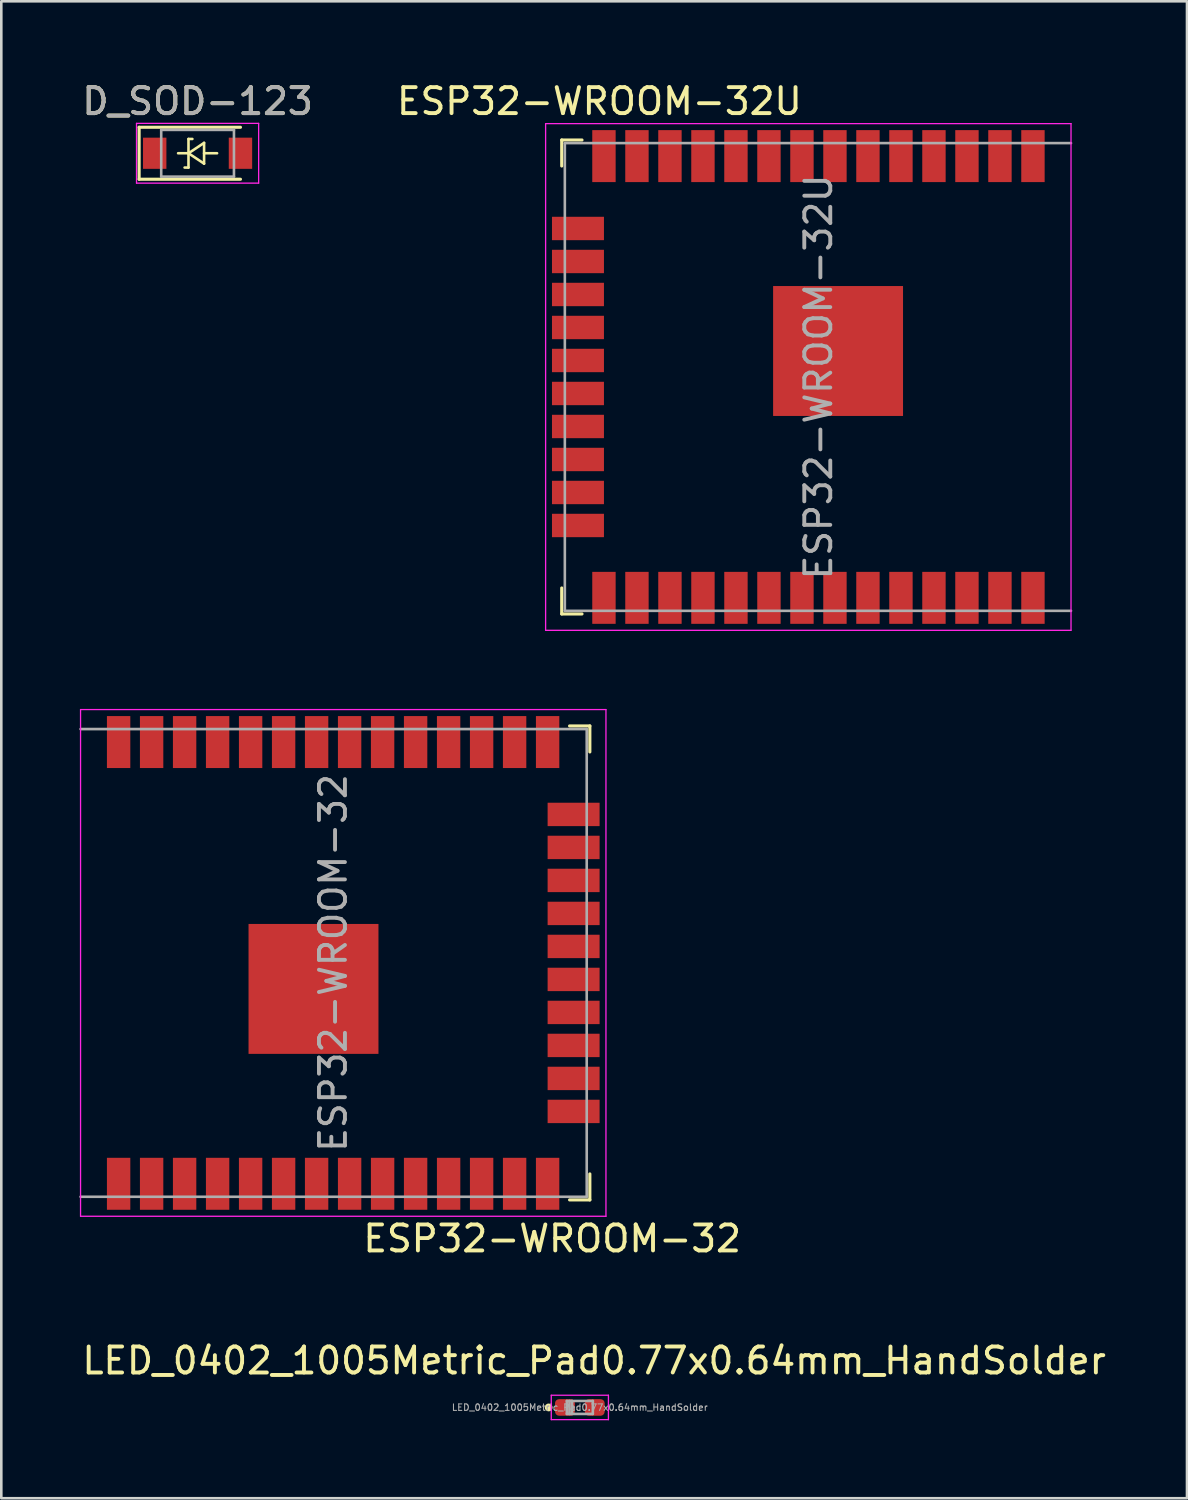
<source format=kicad_pcb>
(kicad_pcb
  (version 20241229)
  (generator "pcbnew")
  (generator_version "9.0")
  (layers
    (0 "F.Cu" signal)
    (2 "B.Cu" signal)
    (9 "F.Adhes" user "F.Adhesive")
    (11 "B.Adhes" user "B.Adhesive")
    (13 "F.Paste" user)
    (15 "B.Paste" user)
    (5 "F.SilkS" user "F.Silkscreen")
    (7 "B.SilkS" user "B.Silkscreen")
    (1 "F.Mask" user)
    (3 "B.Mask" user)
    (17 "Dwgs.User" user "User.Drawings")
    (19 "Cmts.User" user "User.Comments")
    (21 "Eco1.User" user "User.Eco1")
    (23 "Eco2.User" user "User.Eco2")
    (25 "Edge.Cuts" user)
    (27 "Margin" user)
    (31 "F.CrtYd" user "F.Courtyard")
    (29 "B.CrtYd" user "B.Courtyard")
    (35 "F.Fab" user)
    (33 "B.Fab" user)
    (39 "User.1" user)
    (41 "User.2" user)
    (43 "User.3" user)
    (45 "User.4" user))
  (footprint "ESP32-WROOM-32U"
    (layer "F.Cu")
    (at 27.647 11.458)
    (property "Reference" "ESP32-WROOM-32U" (at -7.629 -10.61 0) (layer "F.SilkS") (effects (font (size 1 1) (thickness 0.15))))
    (attr smd)
    (fp_line (start -9.079 -9.12) (end -9.079 -8.12) (stroke (width 0.12) (type solid)) (layer "F.SilkS"))
    (fp_line (start -9.079 9.12) (end -9.079 8.12) (stroke (width 0.12) (type solid)) (layer "F.SilkS"))
    (fp_line (start -8.299 -9.12) (end -9.079 -9.12) (stroke (width 0.12) (type solid)) (layer "F.SilkS"))
    (fp_line (start -8.299 9.12) (end -9.079 9.12) (stroke (width 0.12) (type solid)) (layer "F.SilkS"))
    (fp_line (start -9.699 -9.75) (end -9.699 9.75) (stroke (width 0.05) (type solid)) (layer "F.CrtYd"))
    (fp_line (start -9.699 -9.75) (end 10.521 -9.75) (stroke (width 0.05) (type solid)) (layer "F.CrtYd"))
    (fp_line (start 10.521 -9.75) (end 10.521 9.75) (stroke (width 0.05) (type solid)) (layer "F.CrtYd"))
    (fp_line (start 10.521 9.75) (end -9.699 9.75) (stroke (width 0.05) (type solid)) (layer "F.CrtYd"))
    (fp_line (start -8.959 -9) (end -8.959 9) (stroke (width 0.1) (type solid)) (layer "F.Fab"))
    (fp_line (start -8.959 9) (end 10.521 9) (stroke (width 0.1) (type solid)) (layer "F.Fab"))
    (fp_line (start 10.521 -9) (end -8.959 -9) (stroke (width 0.1) (type solid)) (layer "F.Fab"))
    (fp_text user "${REFERENCE}" (at 0.801 0 270) (layer "F.Fab") (effects (font (size 1 1) (thickness 0.15))))
    (pad "1" smd rect (at 9.056 -8.5) (size 0.9 2) (layers "F.Cu" "F.Mask" "F.Paste"))
    (pad "2" smd rect (at 7.786 -8.5) (size 0.9 2) (layers "F.Cu" "F.Mask" "F.Paste"))
    (pad "3" smd rect (at 6.516 -8.5) (size 0.9 2) (layers "F.Cu" "F.Mask" "F.Paste"))
    (pad "4" smd rect (at 5.246 -8.5) (size 0.9 2) (layers "F.Cu" "F.Mask" "F.Paste"))
    (pad "5" smd rect (at 3.976 -8.5) (size 0.9 2) (layers "F.Cu" "F.Mask" "F.Paste"))
    (pad "6" smd rect (at 2.706 -8.5) (size 0.9 2) (layers "F.Cu" "F.Mask" "F.Paste"))
    (pad "7" smd rect (at 1.436 -8.5) (size 0.9 2) (layers "F.Cu" "F.Mask" "F.Paste"))
    (pad "8" smd rect (at 0.166 -8.5) (size 0.9 2) (layers "F.Cu" "F.Mask" "F.Paste"))
    (pad "9" smd rect (at -1.104 -8.5) (size 0.9 2) (layers "F.Cu" "F.Mask" "F.Paste"))
    (pad "10" smd rect (at -2.374 -8.5) (size 0.9 2) (layers "F.Cu" "F.Mask" "F.Paste"))
    (pad "11" smd rect (at -3.644 -8.5) (size 0.9 2) (layers "F.Cu" "F.Mask" "F.Paste"))
    (pad "12" smd rect (at -4.914 -8.5) (size 0.9 2) (layers "F.Cu" "F.Mask" "F.Paste"))
    (pad "13" smd rect (at -6.184 -8.5) (size 0.9 2) (layers "F.Cu" "F.Mask" "F.Paste"))
    (pad "14" smd rect (at -7.454 -8.5) (size 0.9 2) (layers "F.Cu" "F.Mask" "F.Paste"))
    (pad "15" smd rect (at -8.454 -5.715 90) (size 0.9 2) (layers "F.Cu" "F.Mask" "F.Paste"))
    (pad "16" smd rect (at -8.454 -4.445 90) (size 0.9 2) (layers "F.Cu" "F.Mask" "F.Paste"))
    (pad "17" smd rect (at -8.454 -3.175 90) (size 0.9 2) (layers "F.Cu" "F.Mask" "F.Paste"))
    (pad "18" smd rect (at -8.454 -1.905 90) (size 0.9 2) (layers "F.Cu" "F.Mask" "F.Paste"))
    (pad "19" smd rect (at -8.454 -0.635 90) (size 0.9 2) (layers "F.Cu" "F.Mask" "F.Paste"))
    (pad "20" smd rect (at -8.454 0.635 90) (size 0.9 2) (layers "F.Cu" "F.Mask" "F.Paste"))
    (pad "21" smd rect (at -8.454 1.905 90) (size 0.9 2) (layers "F.Cu" "F.Mask" "F.Paste"))
    (pad "22" smd rect (at -8.454 3.175 90) (size 0.9 2) (layers "F.Cu" "F.Mask" "F.Paste"))
    (pad "23" smd rect (at -8.454 4.445 90) (size 0.9 2) (layers "F.Cu" "F.Mask" "F.Paste"))
    (pad "24" smd rect (at -8.454 5.715 90) (size 0.9 2) (layers "F.Cu" "F.Mask" "F.Paste"))
    (pad "25" smd rect (at -7.454 8.5) (size 0.9 2) (layers "F.Cu" "F.Mask" "F.Paste"))
    (pad "26" smd rect (at -6.184 8.5) (size 0.9 2) (layers "F.Cu" "F.Mask" "F.Paste"))
    (pad "27" smd rect (at -4.914 8.5) (size 0.9 2) (layers "F.Cu" "F.Mask" "F.Paste"))
    (pad "28" smd rect (at -3.644 8.5) (size 0.9 2) (layers "F.Cu" "F.Mask" "F.Paste"))
    (pad "29" smd rect (at -2.374 8.5) (size 0.9 2) (layers "F.Cu" "F.Mask" "F.Paste"))
    (pad "30" smd rect (at -1.104 8.5) (size 0.9 2) (layers "F.Cu" "F.Mask" "F.Paste"))
    (pad "31" smd rect (at 0.166 8.5) (size 0.9 2) (layers "F.Cu" "F.Mask" "F.Paste"))
    (pad "32" smd rect (at 1.436 8.5) (size 0.9 2) (layers "F.Cu" "F.Mask" "F.Paste"))
    (pad "33" smd rect (at 2.706 8.5) (size 0.9 2) (layers "F.Cu" "F.Mask" "F.Paste"))
    (pad "34" smd rect (at 3.976 8.5) (size 0.9 2) (layers "F.Cu" "F.Mask" "F.Paste"))
    (pad "35" smd rect (at 5.246 8.5) (size 0.9 2) (layers "F.Cu" "F.Mask" "F.Paste"))
    (pad "36" smd rect (at 6.516 8.5) (size 0.9 2) (layers "F.Cu" "F.Mask" "F.Paste"))
    (pad "37" smd rect (at 7.786 8.5) (size 0.9 2) (layers "F.Cu" "F.Mask" "F.Paste"))
    (pad "38" smd rect (at 9.056 8.5) (size 0.9 2) (layers "F.Cu" "F.Mask" "F.Paste"))
    (pad "39" smd rect (at 1.556 -1) (size 5 5) (layers "F.Cu" "F.Mask" "F.Paste")))
  (footprint "ESP32-WROOM-32"
    (layer "F.Cu")
    (at 10.52 34.008)
    (property "Reference" "ESP32-WROOM-32" (at 7.68 10.61 180) (layer "F.SilkS") (effects (font (size 1 1) (thickness 0.15))))
    (attr smd)
    (fp_line (start 8.35 -9.12) (end 9.13 -9.12) (stroke (width 0.12) (type solid)) (layer "F.SilkS"))
    (fp_line (start 8.35 9.12) (end 9.13 9.12) (stroke (width 0.12) (type solid)) (layer "F.SilkS"))
    (fp_line (start 9.13 -9.12) (end 9.13 -8.12) (stroke (width 0.12) (type solid)) (layer "F.SilkS"))
    (fp_line (start 9.13 9.12) (end 9.13 8.12) (stroke (width 0.12) (type solid)) (layer "F.SilkS"))
    (fp_line (start -10.47 -9.75) (end 9.75 -9.75) (stroke (width 0.05) (type solid)) (layer "F.CrtYd"))
    (fp_line (start -10.47 9.75) (end -10.47 -9.75) (stroke (width 0.05) (type solid)) (layer "F.CrtYd"))
    (fp_line (start 9.75 9.75) (end -10.47 9.75) (stroke (width 0.05) (type solid)) (layer "F.CrtYd"))
    (fp_line (start 9.75 9.75) (end 9.75 -9.75) (stroke (width 0.05) (type solid)) (layer "F.CrtYd"))
    (fp_line (start -10.47 9) (end 9.01 9) (stroke (width 0.1) (type solid)) (layer "F.Fab"))
    (fp_line (start 9.01 -9) (end -10.47 -9) (stroke (width 0.1) (type solid)) (layer "F.Fab"))
    (fp_line (start 9.01 9) (end 9.01 -9) (stroke (width 0.1) (type solid)) (layer "F.Fab"))
    (fp_text user "${REFERENCE}" (at -0.75 0 90) (layer "F.Fab") (effects (font (size 1 1) (thickness 0.15))))
    (pad "1" smd rect (at -9.005 8.5) (size 0.9 2) (layers "F.Cu" "F.Mask" "F.Paste"))
    (pad "2" smd rect (at -7.735 8.5) (size 0.9 2) (layers "F.Cu" "F.Mask" "F.Paste"))
    (pad "3" smd rect (at -6.465 8.5) (size 0.9 2) (layers "F.Cu" "F.Mask" "F.Paste"))
    (pad "4" smd rect (at -5.195 8.5) (size 0.9 2) (layers "F.Cu" "F.Mask" "F.Paste"))
    (pad "5" smd rect (at -3.925 8.5) (size 0.9 2) (layers "F.Cu" "F.Mask" "F.Paste"))
    (pad "6" smd rect (at -2.655 8.5) (size 0.9 2) (layers "F.Cu" "F.Mask" "F.Paste"))
    (pad "7" smd rect (at -1.385 8.5) (size 0.9 2) (layers "F.Cu" "F.Mask" "F.Paste"))
    (pad "8" smd rect (at -0.115 8.5) (size 0.9 2) (layers "F.Cu" "F.Mask" "F.Paste"))
    (pad "9" smd rect (at 1.155 8.5) (size 0.9 2) (layers "F.Cu" "F.Mask" "F.Paste"))
    (pad "10" smd rect (at 2.425 8.5) (size 0.9 2) (layers "F.Cu" "F.Mask" "F.Paste"))
    (pad "11" smd rect (at 3.695 8.5) (size 0.9 2) (layers "F.Cu" "F.Mask" "F.Paste"))
    (pad "12" smd rect (at 4.965 8.5) (size 0.9 2) (layers "F.Cu" "F.Mask" "F.Paste"))
    (pad "13" smd rect (at 6.235 8.5) (size 0.9 2) (layers "F.Cu" "F.Mask" "F.Paste"))
    (pad "14" smd rect (at 7.505 8.5) (size 0.9 2) (layers "F.Cu" "F.Mask" "F.Paste"))
    (pad "15" smd rect (at 8.505 5.715 90) (size 0.9 2) (layers "F.Cu" "F.Mask" "F.Paste"))
    (pad "16" smd rect (at 8.505 4.445 90) (size 0.9 2) (layers "F.Cu" "F.Mask" "F.Paste"))
    (pad "17" smd rect (at 8.505 3.175 90) (size 0.9 2) (layers "F.Cu" "F.Mask" "F.Paste"))
    (pad "18" smd rect (at 8.505 1.905 90) (size 0.9 2) (layers "F.Cu" "F.Mask" "F.Paste"))
    (pad "19" smd rect (at 8.505 0.635 90) (size 0.9 2) (layers "F.Cu" "F.Mask" "F.Paste"))
    (pad "20" smd rect (at 8.505 -0.635 90) (size 0.9 2) (layers "F.Cu" "F.Mask" "F.Paste"))
    (pad "21" smd rect (at 8.505 -1.905 90) (size 0.9 2) (layers "F.Cu" "F.Mask" "F.Paste"))
    (pad "22" smd rect (at 8.505 -3.175 90) (size 0.9 2) (layers "F.Cu" "F.Mask" "F.Paste"))
    (pad "23" smd rect (at 8.505 -4.445 90) (size 0.9 2) (layers "F.Cu" "F.Mask" "F.Paste"))
    (pad "24" smd rect (at 8.505 -5.715 90) (size 0.9 2) (layers "F.Cu" "F.Mask" "F.Paste"))
    (pad "25" smd rect (at 7.505 -8.5) (size 0.9 2) (layers "F.Cu" "F.Mask" "F.Paste"))
    (pad "26" smd rect (at 6.235 -8.5) (size 0.9 2) (layers "F.Cu" "F.Mask" "F.Paste"))
    (pad "27" smd rect (at 4.965 -8.5) (size 0.9 2) (layers "F.Cu" "F.Mask" "F.Paste"))
    (pad "28" smd rect (at 3.695 -8.5) (size 0.9 2) (layers "F.Cu" "F.Mask" "F.Paste"))
    (pad "29" smd rect (at 2.425 -8.5) (size 0.9 2) (layers "F.Cu" "F.Mask" "F.Paste"))
    (pad "30" smd rect (at 1.155 -8.5) (size 0.9 2) (layers "F.Cu" "F.Mask" "F.Paste"))
    (pad "31" smd rect (at -0.115 -8.5) (size 0.9 2) (layers "F.Cu" "F.Mask" "F.Paste"))
    (pad "32" smd rect (at -1.385 -8.5) (size 0.9 2) (layers "F.Cu" "F.Mask" "F.Paste"))
    (pad "33" smd rect (at -2.655 -8.5) (size 0.9 2) (layers "F.Cu" "F.Mask" "F.Paste"))
    (pad "34" smd rect (at -3.925 -8.5) (size 0.9 2) (layers "F.Cu" "F.Mask" "F.Paste"))
    (pad "35" smd rect (at -5.195 -8.5) (size 0.9 2) (layers "F.Cu" "F.Mask" "F.Paste"))
    (pad "36" smd rect (at -6.465 -8.5) (size 0.9 2) (layers "F.Cu" "F.Mask" "F.Paste"))
    (pad "37" smd rect (at -7.735 -8.5) (size 0.9 2) (layers "F.Cu" "F.Mask" "F.Paste"))
    (pad "38" smd rect (at -9.005 -8.5) (size 0.9 2) (layers "F.Cu" "F.Mask" "F.Paste"))
    (pad "39" smd rect (at -1.505 1) (size 5 5) (layers "F.Cu" "F.Mask" "F.Paste")))
  (footprint "D_SOD-123"
    (layer "F.Cu")
    (at 4.554 2.848)
    (property "Reference" "D_SOD-123" (at 0 -2 0) (layer "F.SilkS") (effects (font (size 1 1) (thickness 0.15))))
    (attr smd)
    (fp_line (start -2.25 -1) (end -2.25 1) (stroke (width 0.12) (type solid)) (layer "F.SilkS"))
    (fp_line (start -2.25 -1) (end 1.65 -1) (stroke (width 0.12) (type solid)) (layer "F.SilkS"))
    (fp_line (start -2.25 1) (end 1.65 1) (stroke (width 0.12) (type solid)) (layer "F.SilkS"))
    (fp_line (start -0.75 0) (end -0.35 0) (stroke (width 0.1) (type solid)) (layer "F.SilkS"))
    (fp_line (start -0.5 0.55) (end -0.35 0.55) (stroke (width 0.1) (type solid)) (layer "F.SilkS"))
    (fp_line (start -0.35 -0.55) (end -0.2 -0.55) (stroke (width 0.1) (type solid)) (layer "F.SilkS"))
    (fp_line (start -0.35 0) (end -0.35 -0.55) (stroke (width 0.1) (type solid)) (layer "F.SilkS"))
    (fp_line (start -0.35 0) (end -0.35 0.55) (stroke (width 0.1) (type solid)) (layer "F.SilkS"))
    (fp_line (start -0.35 0) (end 0.25 -0.4) (stroke (width 0.1) (type solid)) (layer "F.SilkS"))
    (fp_line (start 0.25 -0.4) (end 0.25 0.4) (stroke (width 0.1) (type solid)) (layer "F.SilkS"))
    (fp_line (start 0.25 0) (end 0.75 0) (stroke (width 0.1) (type solid)) (layer "F.SilkS"))
    (fp_line (start 0.25 0.4) (end -0.35 0) (stroke (width 0.1) (type solid)) (layer "F.SilkS"))
    (fp_line (start -2.35 -1.15) (end -2.35 1.15) (stroke (width 0.05) (type solid)) (layer "F.CrtYd"))
    (fp_line (start -2.35 -1.15) (end 2.35 -1.15) (stroke (width 0.05) (type solid)) (layer "F.CrtYd"))
    (fp_line (start 2.35 -1.15) (end 2.35 1.15) (stroke (width 0.05) (type solid)) (layer "F.CrtYd"))
    (fp_line (start 2.35 1.15) (end -2.35 1.15) (stroke (width 0.05) (type solid)) (layer "F.CrtYd"))
    (fp_line (start -1.4 -0.9) (end 1.4 -0.9) (stroke (width 0.1) (type solid)) (layer "F.Fab"))
    (fp_line (start -1.4 0.9) (end -1.4 -0.9) (stroke (width 0.1) (type solid)) (layer "F.Fab"))
    (fp_line (start 1.4 -0.9) (end 1.4 0.9) (stroke (width 0.1) (type solid)) (layer "F.Fab"))
    (fp_line (start 1.4 0.9) (end -1.4 0.9) (stroke (width 0.1) (type solid)) (layer "F.Fab"))
    (fp_text user "${REFERENCE}" (at 0 -2 0) (layer "F.Fab") (effects (font (size 1 1) (thickness 0.15))))
    (pad "1" smd rect (at -1.65 0) (size 0.9 1.2) (layers "F.Cu" "F.Mask" "F.Paste"))
    (pad "2" smd rect (at 1.65 0) (size 0.9 1.2) (layers "F.Cu" "F.Mask" "F.Paste")))
  (footprint "LED_0402_1005Metric_Pad0.77x0.64mm_HandSolder"
    (layer "F.Cu")
    (at 19.265 51.115)
    (property "Reference" "LED_0402_1005Metric_Pad0.77x0.64mm_HandSolder" (at 0.55 -1.8 0) (layer "F.SilkS") (effects (font (size 1 1) (thickness 0.15))))
    (attr smd)
    (fp_circle (center -1.2 0) (end -1.05 0) (stroke (width 0) (type solid)) (fill yes) (layer "F.SilkS"))
    (fp_line (start -1.1 -0.47) (end 1.1 -0.47) (stroke (width 0.05) (type solid)) (layer "F.CrtYd"))
    (fp_line (start -1.1 0.47) (end -1.1 -0.47) (stroke (width 0.05) (type solid)) (layer "F.CrtYd"))
    (fp_line (start 1.1 -0.47) (end 1.1 0.47) (stroke (width 0.05) (type solid)) (layer "F.CrtYd"))
    (fp_line (start 1.1 0.47) (end -1.1 0.47) (stroke (width 0.05) (type solid)) (layer "F.CrtYd"))
    (fp_line (start -0.5 -0.25) (end 0.5 -0.25) (stroke (width 0.1) (type solid)) (layer "F.Fab"))
    (fp_line (start -0.5 0.25) (end -0.5 -0.25) (stroke (width 0.1) (type solid)) (layer "F.Fab"))
    (fp_line (start -0.4 0.25) (end -0.4 -0.25) (stroke (width 0.1) (type solid)) (layer "F.Fab"))
    (fp_line (start -0.3 0.25) (end -0.3 -0.25) (stroke (width 0.1) (type solid)) (layer "F.Fab"))
    (fp_line (start 0.5 -0.25) (end 0.5 0.25) (stroke (width 0.1) (type solid)) (layer "F.Fab"))
    (fp_line (start 0.5 0.25) (end -0.5 0.25) (stroke (width 0.1) (type solid)) (layer "F.Fab"))
    (fp_text user "${REFERENCE}" (at 0 0 0) (layer "F.Fab") (effects (font (size 0.25 0.25) (thickness 0.04))))
    (pad "1" smd roundrect (at -0.573 0) (size 0.765 0.64) (layers "F.Cu" "F.Mask" "F.Paste") (roundrect_rratio 0.25))
    (pad "2" smd roundrect (at 0.573 0) (size 0.765 0.64) (layers "F.Cu" "F.Mask" "F.Paste") (roundrect_rratio 0.25)))
  (gr_rect
    (start -3 -3)
    (end 42.631 54.61)
    (stroke (width 0.1) (type default))
    (fill no)
    (layer "Edge.Cuts")))
</source>
